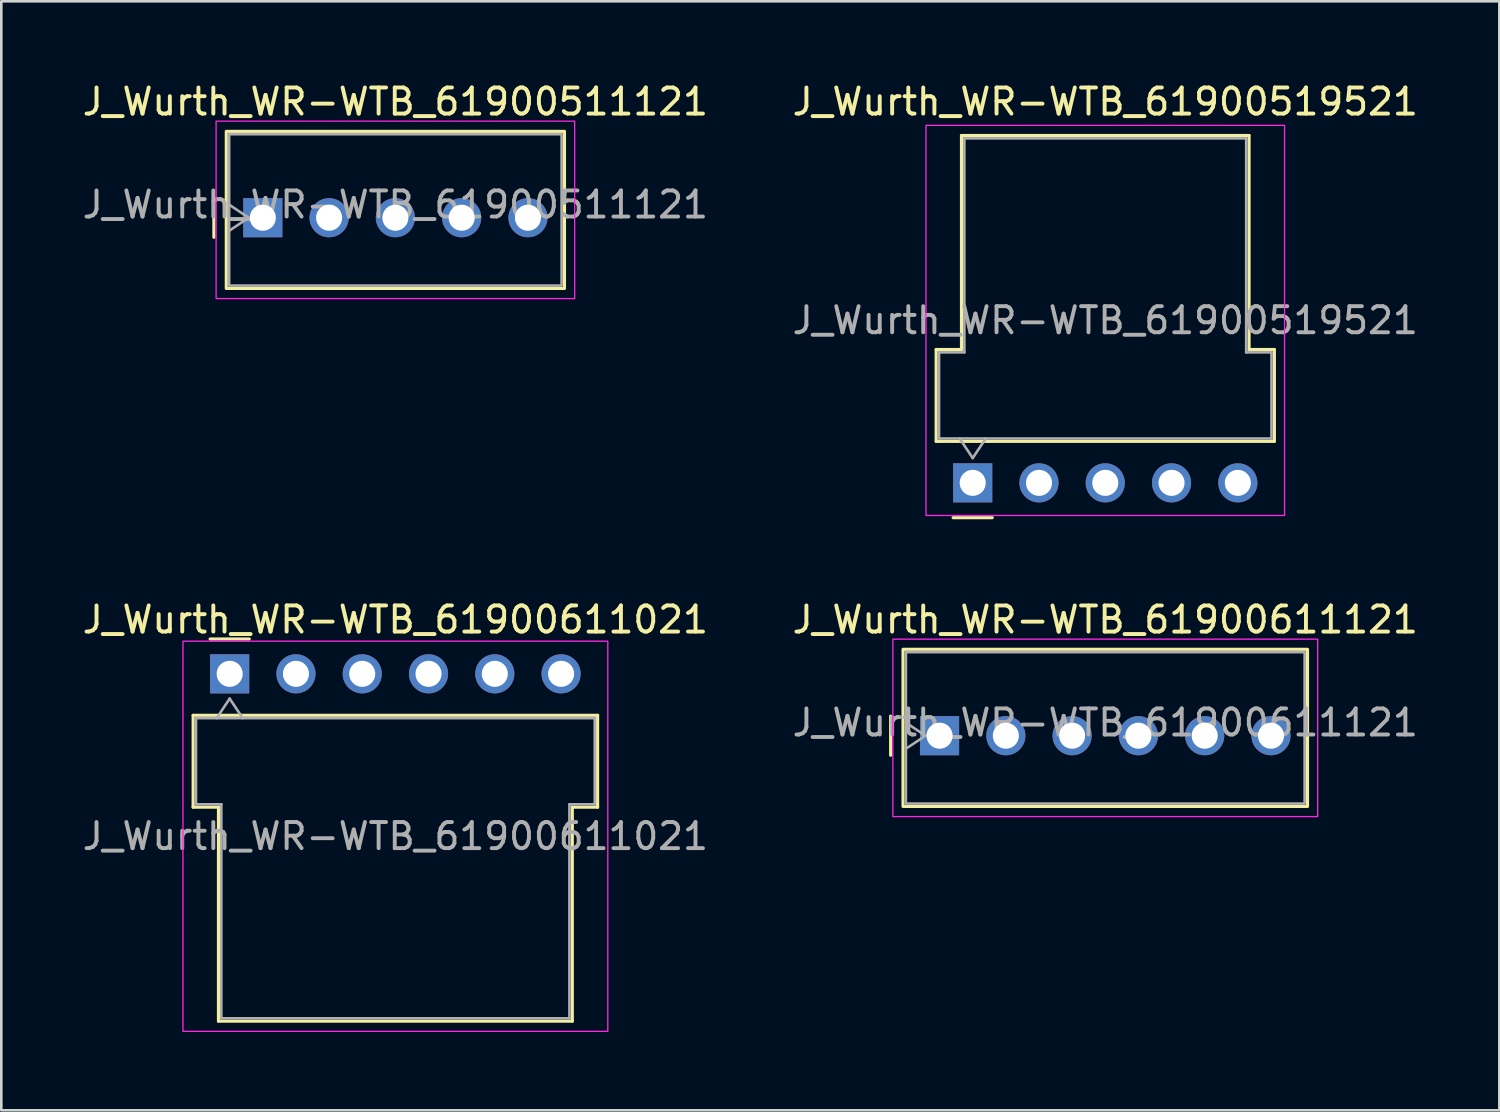
<source format=kicad_pcb>
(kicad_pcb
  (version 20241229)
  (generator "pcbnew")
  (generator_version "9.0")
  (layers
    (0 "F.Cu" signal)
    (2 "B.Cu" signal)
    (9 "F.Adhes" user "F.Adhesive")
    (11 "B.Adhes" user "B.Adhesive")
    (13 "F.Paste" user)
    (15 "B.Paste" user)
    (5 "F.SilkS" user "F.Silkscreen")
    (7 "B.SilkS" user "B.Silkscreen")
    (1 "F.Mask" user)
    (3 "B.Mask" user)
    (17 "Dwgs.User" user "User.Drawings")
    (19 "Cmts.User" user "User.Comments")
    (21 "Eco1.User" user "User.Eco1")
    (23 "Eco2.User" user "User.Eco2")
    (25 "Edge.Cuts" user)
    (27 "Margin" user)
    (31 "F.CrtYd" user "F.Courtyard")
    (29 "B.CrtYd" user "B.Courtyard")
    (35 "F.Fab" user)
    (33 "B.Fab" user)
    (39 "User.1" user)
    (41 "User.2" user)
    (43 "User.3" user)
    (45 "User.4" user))
  (footprint "J_Wurth_WR-WTB_61900511121"
    (layer "F.Cu")
    (at 7.021 5.293)
    (property "Reference" "J_Wurth_WR-WTB_61900511121" (at 5.08 -4.445 0) (unlocked yes) (layer "F.SilkS") (effects (font (size 1 1) (thickness 0.15))))
    (attr through_hole)
    (fp_line (start -1.875 -0.75) (end -1.875 0.75) (stroke (width 0.12) (type solid)) (layer "F.SilkS"))
    (fp_rect (start -1.4 -3.31) (end 11.56 2.71) (stroke (width 0.12) (type solid)) (fill no) (layer "F.SilkS"))
    (fp_rect (start -1.79 -3.7) (end 11.95 3.1) (stroke (width 0.05) (type solid)) (fill no) (layer "F.CrtYd"))
    (fp_line (start -0.54 0) (end -1.29 -0.5) (stroke (width 0.1) (type solid)) (layer "F.Fab"))
    (fp_line (start -0.54 0) (end -1.29 0.5) (stroke (width 0.1) (type solid)) (layer "F.Fab"))
    (fp_rect (start -1.29 -3.2) (end 11.45 2.6) (stroke (width 0.1) (type solid)) (fill no) (layer "F.Fab"))
    (fp_text user "${REFERENCE}" (at 5.08 -0.5 0) (unlocked yes) (layer "F.Fab") (effects (font (size 1 1) (thickness 0.15))))
    (pad "1" thru_hole rect (at 0 0 180) (size 1.5 1.5) (drill 1) (layers "*.Cu" "*.Mask"))
    (pad "2" thru_hole circle (at 2.54 0 180) (size 1.5 1.5) (drill 1) (layers "*.Cu" "*.Mask"))
    (pad "3" thru_hole circle (at 5.08 0 180) (size 1.5 1.5) (drill 1) (layers "*.Cu" "*.Mask"))
    (pad "4" thru_hole circle (at 7.62 0 180) (size 1.5 1.5) (drill 1) (layers "*.Cu" "*.Mask"))
    (pad "5" thru_hole circle (at 10.16 0 180) (size 1.5 1.5) (drill 1) (layers "*.Cu" "*.Mask")))
  (footprint "J_Wurth_WR-WTB_61900611021"
    (layer "F.Cu")
    (at 5.751 22.771)
    (property "Reference" "J_Wurth_WR-WTB_61900611021" (at 6.35 -2.075 0) (unlocked yes) (layer "F.SilkS") (effects (font (size 1 1) (thickness 0.15))))
    (attr through_hole)
    (fp_line (start -1.4 1.59) (end -1.4 5.11) (stroke (width 0.12) (type default)) (layer "F.SilkS"))
    (fp_line (start -1.4 5.11) (end -0.43 5.11) (stroke (width 0.12) (type default)) (layer "F.SilkS"))
    (fp_line (start -0.75 -1.335) (end 0.75 -1.335) (stroke (width 0.12) (type solid)) (layer "F.SilkS"))
    (fp_line (start -0.43 5.11) (end -0.43 13.31) (stroke (width 0.12) (type default)) (layer "F.SilkS"))
    (fp_line (start -0.43 13.31) (end 13.13 13.31) (stroke (width 0.12) (type default)) (layer "F.SilkS"))
    (fp_line (start 13.13 5.11) (end 14.1 5.11) (stroke (width 0.12) (type default)) (layer "F.SilkS"))
    (fp_line (start 13.13 13.31) (end 13.13 5.11) (stroke (width 0.12) (type default)) (layer "F.SilkS"))
    (fp_line (start 14.1 1.59) (end -1.4 1.59) (stroke (width 0.12) (type default)) (layer "F.SilkS"))
    (fp_line (start 14.1 5.11) (end 14.1 1.59) (stroke (width 0.12) (type default)) (layer "F.SilkS"))
    (fp_rect (start -1.79 -1.25) (end 14.49 13.7) (stroke (width 0.05) (type solid)) (fill no) (layer "F.CrtYd"))
    (fp_line (start -1.29 1.7) (end 13.99 1.7) (stroke (width 0.1) (type solid)) (layer "F.Fab"))
    (fp_line (start -1.29 5) (end -1.29 1.7) (stroke (width 0.1) (type solid)) (layer "F.Fab"))
    (fp_line (start -1.29 5) (end -0.32 5) (stroke (width 0.1) (type solid)) (layer "F.Fab"))
    (fp_line (start -0.32 13.2) (end -0.32 5) (stroke (width 0.1) (type solid)) (layer "F.Fab"))
    (fp_line (start -0.32 13.2) (end 13.02 13.2) (stroke (width 0.1) (type solid)) (layer "F.Fab"))
    (fp_line (start 0 0.95) (end -0.5 1.7) (stroke (width 0.1) (type solid)) (layer "F.Fab"))
    (fp_line (start 0 0.95) (end 0.5 1.7) (stroke (width 0.1) (type solid)) (layer "F.Fab"))
    (fp_line (start 13.02 13.2) (end 13.02 5) (stroke (width 0.1) (type solid)) (layer "F.Fab"))
    (fp_line (start 13.99 5) (end 13.02 5) (stroke (width 0.1) (type solid)) (layer "F.Fab"))
    (fp_line (start 13.99 5) (end 13.99 1.7) (stroke (width 0.1) (type solid)) (layer "F.Fab"))
    (fp_text user "${REFERENCE}" (at 6.35 6.225 0) (unlocked yes) (layer "F.Fab") (effects (font (size 1 1) (thickness 0.15))))
    (pad "1" thru_hole rect (at 0 0 180) (size 1.5 1.5) (drill 1) (layers "*.Cu" "*.Mask"))
    (pad "2" thru_hole circle (at 2.54 0 180) (size 1.5 1.5) (drill 1) (layers "*.Cu" "*.Mask"))
    (pad "3" thru_hole circle (at 5.08 0 180) (size 1.5 1.5) (drill 1) (layers "*.Cu" "*.Mask"))
    (pad "4" thru_hole circle (at 7.62 0 180) (size 1.5 1.5) (drill 1) (layers "*.Cu" "*.Mask"))
    (pad "5" thru_hole circle (at 10.16 0 180) (size 1.5 1.5) (drill 1) (layers "*.Cu" "*.Mask"))
    (pad "6" thru_hole circle (at 12.7 0 180) (size 1.5 1.5) (drill 1) (layers "*.Cu" "*.Mask")))
  (footprint "J_Wurth_WR-WTB_61900611121"
    (layer "F.Cu")
    (at 32.954 25.142)
    (property "Reference" "J_Wurth_WR-WTB_61900611121" (at 6.35 -4.445 0) (unlocked yes) (layer "F.SilkS") (effects (font (size 1 1) (thickness 0.15))))
    (attr through_hole)
    (fp_line (start -1.875 -0.75) (end -1.875 0.75) (stroke (width 0.12) (type solid)) (layer "F.SilkS"))
    (fp_rect (start -1.4 -3.31) (end 14.1 2.71) (stroke (width 0.12) (type solid)) (fill no) (layer "F.SilkS"))
    (fp_rect (start -1.79 -3.7) (end 14.49 3.1) (stroke (width 0.05) (type solid)) (fill no) (layer "F.CrtYd"))
    (fp_line (start -0.54 0) (end -1.29 -0.5) (stroke (width 0.1) (type solid)) (layer "F.Fab"))
    (fp_line (start -0.54 0) (end -1.29 0.5) (stroke (width 0.1) (type solid)) (layer "F.Fab"))
    (fp_rect (start -1.29 -3.2) (end 13.99 2.6) (stroke (width 0.1) (type solid)) (fill no) (layer "F.Fab"))
    (fp_text user "${REFERENCE}" (at 6.35 -0.5 0) (unlocked yes) (layer "F.Fab") (effects (font (size 1 1) (thickness 0.15))))
    (pad "1" thru_hole rect (at 0 0 180) (size 1.5 1.5) (drill 1) (layers "*.Cu" "*.Mask"))
    (pad "2" thru_hole circle (at 2.54 0 180) (size 1.5 1.5) (drill 1) (layers "*.Cu" "*.Mask"))
    (pad "3" thru_hole circle (at 5.08 0 180) (size 1.5 1.5) (drill 1) (layers "*.Cu" "*.Mask"))
    (pad "4" thru_hole circle (at 7.62 0 180) (size 1.5 1.5) (drill 1) (layers "*.Cu" "*.Mask"))
    (pad "5" thru_hole circle (at 10.16 0 180) (size 1.5 1.5) (drill 1) (layers "*.Cu" "*.Mask"))
    (pad "6" thru_hole circle (at 12.7 0 180) (size 1.5 1.5) (drill 1) (layers "*.Cu" "*.Mask")))
  (footprint "J_Wurth_WR-WTB_61900519521"
    (layer "F.Cu")
    (at 34.224 15.453)
    (property "Reference" "J_Wurth_WR-WTB_61900519521" (at 5.08 -14.605 0) (unlocked yes) (layer "F.SilkS") (effects (font (size 1 1) (thickness 0.15))))
    (attr through_hole)
    (fp_line (start -1.4 -5.11) (end -1.4 -1.59) (stroke (width 0.12) (type default)) (layer "F.SilkS"))
    (fp_line (start -1.4 -1.59) (end 11.56 -1.59) (stroke (width 0.12) (type default)) (layer "F.SilkS"))
    (fp_line (start -0.43 -13.31) (end -0.43 -5.11) (stroke (width 0.12) (type default)) (layer "F.SilkS"))
    (fp_line (start -0.43 -5.11) (end -1.4 -5.11) (stroke (width 0.12) (type default)) (layer "F.SilkS"))
    (fp_line (start 0.75 1.335) (end -0.75 1.335) (stroke (width 0.12) (type solid)) (layer "F.SilkS"))
    (fp_line (start 10.59 -13.31) (end -0.43 -13.31) (stroke (width 0.12) (type default)) (layer "F.SilkS"))
    (fp_line (start 10.59 -5.11) (end 10.59 -13.31) (stroke (width 0.12) (type default)) (layer "F.SilkS"))
    (fp_line (start 11.56 -5.11) (end 10.59 -5.11) (stroke (width 0.12) (type default)) (layer "F.SilkS"))
    (fp_line (start 11.56 -1.59) (end 11.56 -5.11) (stroke (width 0.12) (type default)) (layer "F.SilkS"))
    (fp_rect (start -1.79 -13.7) (end 11.95 1.25) (stroke (width 0.05) (type solid)) (fill no) (layer "F.CrtYd"))
    (fp_line (start -1.29 -5) (end -1.29 -1.7) (stroke (width 0.1) (type solid)) (layer "F.Fab"))
    (fp_line (start -1.29 -5) (end -0.32 -5) (stroke (width 0.1) (type solid)) (layer "F.Fab"))
    (fp_line (start -0.32 -13.2) (end -0.32 -5) (stroke (width 0.1) (type solid)) (layer "F.Fab"))
    (fp_line (start 0 -0.95) (end -0.5 -1.7) (stroke (width 0.1) (type solid)) (layer "F.Fab"))
    (fp_line (start 0 -0.95) (end 0.5 -1.7) (stroke (width 0.1) (type solid)) (layer "F.Fab"))
    (fp_line (start 10.48 -13.2) (end -0.32 -13.2) (stroke (width 0.1) (type solid)) (layer "F.Fab"))
    (fp_line (start 10.48 -13.2) (end 10.48 -5) (stroke (width 0.1) (type solid)) (layer "F.Fab"))
    (fp_line (start 11.45 -5) (end 10.48 -5) (stroke (width 0.1) (type solid)) (layer "F.Fab"))
    (fp_line (start 11.45 -5) (end 11.45 -1.7) (stroke (width 0.1) (type solid)) (layer "F.Fab"))
    (fp_line (start 11.45 -1.7) (end -1.29 -1.7) (stroke (width 0.1) (type solid)) (layer "F.Fab"))
    (fp_text user "${REFERENCE}" (at 5.08 -6.225 0) (unlocked yes) (layer "F.Fab") (effects (font (size 1 1) (thickness 0.15))))
    (pad "1" thru_hole rect (at 0 0) (size 1.5 1.5) (drill 1) (layers "*.Cu" "*.Mask"))
    (pad "2" thru_hole circle (at 2.54 0) (size 1.5 1.5) (drill 1) (layers "*.Cu" "*.Mask"))
    (pad "3" thru_hole circle (at 5.08 0) (size 1.5 1.5) (drill 1) (layers "*.Cu" "*.Mask"))
    (pad "4" thru_hole circle (at 7.62 0) (size 1.5 1.5) (drill 1) (layers "*.Cu" "*.Mask"))
    (pad "5" thru_hole circle (at 10.16 0) (size 1.5 1.5) (drill 1) (layers "*.Cu" "*.Mask")))
  (gr_rect
    (start -3 -3)
    (end 54.405 39.496)
    (stroke (width 0.1) (type default))
    (fill no)
    (layer "Edge.Cuts")))
</source>
